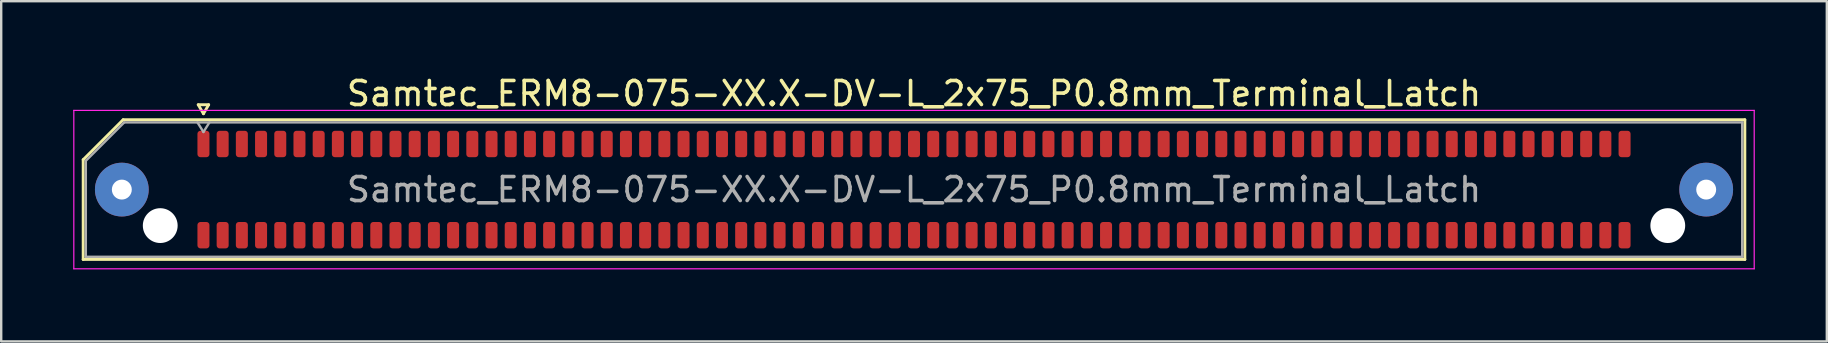
<source format=kicad_pcb>
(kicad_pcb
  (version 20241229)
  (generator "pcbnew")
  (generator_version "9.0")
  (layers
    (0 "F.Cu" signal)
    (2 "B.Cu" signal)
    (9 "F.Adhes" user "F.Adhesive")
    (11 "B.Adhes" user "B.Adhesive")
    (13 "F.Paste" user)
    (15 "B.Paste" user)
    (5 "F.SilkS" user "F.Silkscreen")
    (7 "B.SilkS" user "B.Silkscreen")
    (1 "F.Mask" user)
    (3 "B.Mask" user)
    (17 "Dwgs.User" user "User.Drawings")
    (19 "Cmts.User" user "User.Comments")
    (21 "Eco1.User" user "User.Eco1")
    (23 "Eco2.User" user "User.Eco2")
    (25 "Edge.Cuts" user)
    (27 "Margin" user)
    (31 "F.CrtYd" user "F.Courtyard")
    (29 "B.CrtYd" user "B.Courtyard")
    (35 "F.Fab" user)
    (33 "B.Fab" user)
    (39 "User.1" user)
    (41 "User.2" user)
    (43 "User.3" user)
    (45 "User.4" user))
  (footprint "Samtec_ERM8-075-XX.X-DV-L_2x75_P0.8mm_Terminal_Latch"
    (layer "F.Cu")
    (at 35.025 4.848)
    (property "Reference" "Samtec_ERM8-075-XX.X-DV-L_2x75_P0.8mm_Terminal_Latch" (at 0 -4 0) (layer "F.SilkS") (effects (font (size 1 1) (thickness 0.15))))
    (attr smd)
    (fp_line (start -34.61 -1.246) (end -32.946 -2.91) (stroke (width 0.12) (type solid)) (layer "F.SilkS"))
    (fp_line (start -34.61 2.91) (end -34.61 -1.246) (stroke (width 0.12) (type solid)) (layer "F.SilkS"))
    (fp_line (start -32.946 -2.91) (end 34.61 -2.91) (stroke (width 0.12) (type solid)) (layer "F.SilkS"))
    (fp_line (start -29.817 -3.535) (end -29.6 -3.16) (stroke (width 0.12) (type solid)) (layer "F.SilkS"))
    (fp_line (start -29.6 -3.16) (end -29.383 -3.535) (stroke (width 0.12) (type solid)) (layer "F.SilkS"))
    (fp_line (start -29.383 -3.535) (end -29.817 -3.535) (stroke (width 0.12) (type solid)) (layer "F.SilkS"))
    (fp_line (start 34.61 -2.91) (end 34.61 2.91) (stroke (width 0.12) (type solid)) (layer "F.SilkS"))
    (fp_line (start 34.61 2.91) (end -34.61 2.91) (stroke (width 0.12) (type solid)) (layer "F.SilkS"))
    (fp_line (start -35 -3.3) (end -35 3.3) (stroke (width 0.05) (type solid)) (layer "F.CrtYd"))
    (fp_line (start -35 3.3) (end 35 3.3) (stroke (width 0.05) (type solid)) (layer "F.CrtYd"))
    (fp_line (start 35 -3.3) (end -35 -3.3) (stroke (width 0.05) (type solid)) (layer "F.CrtYd"))
    (fp_line (start 35 3.3) (end 35 -3.3) (stroke (width 0.05) (type solid)) (layer "F.CrtYd"))
    (fp_line (start -34.5 -1.2) (end -32.9 -2.8) (stroke (width 0.1) (type solid)) (layer "F.Fab"))
    (fp_line (start -34.5 2.8) (end -34.5 -1.2) (stroke (width 0.1) (type solid)) (layer "F.Fab"))
    (fp_line (start -32.9 -2.8) (end 34.5 -2.8) (stroke (width 0.1) (type solid)) (layer "F.Fab"))
    (fp_line (start -29.6 -2.4) (end -29.85 -2.8) (stroke (width 0.1) (type solid)) (layer "F.Fab"))
    (fp_line (start -29.6 -2.4) (end -29.35 -2.8) (stroke (width 0.1) (type solid)) (layer "F.Fab"))
    (fp_line (start 34.5 -2.8) (end 34.5 2.8) (stroke (width 0.1) (type solid)) (layer "F.Fab"))
    (fp_line (start 34.5 2.8) (end -34.5 2.8) (stroke (width 0.1) (type solid)) (layer "F.Fab"))
    (fp_text user "${REFERENCE}" (at 0 0 0) (layer "F.Fab") (effects (font (size 1 1) (thickness 0.15))))
    (pad "" thru_hole circle (at -33 0) (size 2.24 2.24) (drill 0.83) (layers "*.Cu" "*.Mask" "F.Paste"))
    (pad "" np_thru_hole circle (at -31.4 1.5) (size 1.45 1.45) (drill 1.45) (layers "*.Cu" "*.Mask"))
    (pad "" np_thru_hole circle (at 31.4 1.5) (size 1.45 1.45) (drill 1.45) (layers "*.Cu" "*.Mask"))
    (pad "" thru_hole circle (at 33 0) (size 2.24 2.24) (drill 0.83) (layers "*.Cu" "*.Mask" "F.Paste"))
    (pad "1" smd roundrect (at -29.6 -1.9) (size 0.5 1.1) (layers "F.Cu" "F.Mask" "F.Paste") (roundrect_rratio 0.25))
    (pad "2" smd roundrect (at -29.6 1.9) (size 0.5 1.1) (layers "F.Cu" "F.Mask" "F.Paste") (roundrect_rratio 0.25))
    (pad "3" smd roundrect (at -28.8 -1.9) (size 0.5 1.1) (layers "F.Cu" "F.Mask" "F.Paste") (roundrect_rratio 0.25))
    (pad "4" smd roundrect (at -28.8 1.9) (size 0.5 1.1) (layers "F.Cu" "F.Mask" "F.Paste") (roundrect_rratio 0.25))
    (pad "5" smd roundrect (at -28 -1.9) (size 0.5 1.1) (layers "F.Cu" "F.Mask" "F.Paste") (roundrect_rratio 0.25))
    (pad "6" smd roundrect (at -28 1.9) (size 0.5 1.1) (layers "F.Cu" "F.Mask" "F.Paste") (roundrect_rratio 0.25))
    (pad "7" smd roundrect (at -27.2 -1.9) (size 0.5 1.1) (layers "F.Cu" "F.Mask" "F.Paste") (roundrect_rratio 0.25))
    (pad "8" smd roundrect (at -27.2 1.9) (size 0.5 1.1) (layers "F.Cu" "F.Mask" "F.Paste") (roundrect_rratio 0.25))
    (pad "9" smd roundrect (at -26.4 -1.9) (size 0.5 1.1) (layers "F.Cu" "F.Mask" "F.Paste") (roundrect_rratio 0.25))
    (pad "10" smd roundrect (at -26.4 1.9) (size 0.5 1.1) (layers "F.Cu" "F.Mask" "F.Paste") (roundrect_rratio 0.25))
    (pad "11" smd roundrect (at -25.6 -1.9) (size 0.5 1.1) (layers "F.Cu" "F.Mask" "F.Paste") (roundrect_rratio 0.25))
    (pad "12" smd roundrect (at -25.6 1.9) (size 0.5 1.1) (layers "F.Cu" "F.Mask" "F.Paste") (roundrect_rratio 0.25))
    (pad "13" smd roundrect (at -24.8 -1.9) (size 0.5 1.1) (layers "F.Cu" "F.Mask" "F.Paste") (roundrect_rratio 0.25))
    (pad "14" smd roundrect (at -24.8 1.9) (size 0.5 1.1) (layers "F.Cu" "F.Mask" "F.Paste") (roundrect_rratio 0.25))
    (pad "15" smd roundrect (at -24 -1.9) (size 0.5 1.1) (layers "F.Cu" "F.Mask" "F.Paste") (roundrect_rratio 0.25))
    (pad "16" smd roundrect (at -24 1.9) (size 0.5 1.1) (layers "F.Cu" "F.Mask" "F.Paste") (roundrect_rratio 0.25))
    (pad "17" smd roundrect (at -23.2 -1.9) (size 0.5 1.1) (layers "F.Cu" "F.Mask" "F.Paste") (roundrect_rratio 0.25))
    (pad "18" smd roundrect (at -23.2 1.9) (size 0.5 1.1) (layers "F.Cu" "F.Mask" "F.Paste") (roundrect_rratio 0.25))
    (pad "19" smd roundrect (at -22.4 -1.9) (size 0.5 1.1) (layers "F.Cu" "F.Mask" "F.Paste") (roundrect_rratio 0.25))
    (pad "20" smd roundrect (at -22.4 1.9) (size 0.5 1.1) (layers "F.Cu" "F.Mask" "F.Paste") (roundrect_rratio 0.25))
    (pad "21" smd roundrect (at -21.6 -1.9) (size 0.5 1.1) (layers "F.Cu" "F.Mask" "F.Paste") (roundrect_rratio 0.25))
    (pad "22" smd roundrect (at -21.6 1.9) (size 0.5 1.1) (layers "F.Cu" "F.Mask" "F.Paste") (roundrect_rratio 0.25))
    (pad "23" smd roundrect (at -20.8 -1.9) (size 0.5 1.1) (layers "F.Cu" "F.Mask" "F.Paste") (roundrect_rratio 0.25))
    (pad "24" smd roundrect (at -20.8 1.9) (size 0.5 1.1) (layers "F.Cu" "F.Mask" "F.Paste") (roundrect_rratio 0.25))
    (pad "25" smd roundrect (at -20 -1.9) (size 0.5 1.1) (layers "F.Cu" "F.Mask" "F.Paste") (roundrect_rratio 0.25))
    (pad "26" smd roundrect (at -20 1.9) (size 0.5 1.1) (layers "F.Cu" "F.Mask" "F.Paste") (roundrect_rratio 0.25))
    (pad "27" smd roundrect (at -19.2 -1.9) (size 0.5 1.1) (layers "F.Cu" "F.Mask" "F.Paste") (roundrect_rratio 0.25))
    (pad "28" smd roundrect (at -19.2 1.9) (size 0.5 1.1) (layers "F.Cu" "F.Mask" "F.Paste") (roundrect_rratio 0.25))
    (pad "29" smd roundrect (at -18.4 -1.9) (size 0.5 1.1) (layers "F.Cu" "F.Mask" "F.Paste") (roundrect_rratio 0.25))
    (pad "30" smd roundrect (at -18.4 1.9) (size 0.5 1.1) (layers "F.Cu" "F.Mask" "F.Paste") (roundrect_rratio 0.25))
    (pad "31" smd roundrect (at -17.6 -1.9) (size 0.5 1.1) (layers "F.Cu" "F.Mask" "F.Paste") (roundrect_rratio 0.25))
    (pad "32" smd roundrect (at -17.6 1.9) (size 0.5 1.1) (layers "F.Cu" "F.Mask" "F.Paste") (roundrect_rratio 0.25))
    (pad "33" smd roundrect (at -16.8 -1.9) (size 0.5 1.1) (layers "F.Cu" "F.Mask" "F.Paste") (roundrect_rratio 0.25))
    (pad "34" smd roundrect (at -16.8 1.9) (size 0.5 1.1) (layers "F.Cu" "F.Mask" "F.Paste") (roundrect_rratio 0.25))
    (pad "35" smd roundrect (at -16 -1.9) (size 0.5 1.1) (layers "F.Cu" "F.Mask" "F.Paste") (roundrect_rratio 0.25))
    (pad "36" smd roundrect (at -16 1.9) (size 0.5 1.1) (layers "F.Cu" "F.Mask" "F.Paste") (roundrect_rratio 0.25))
    (pad "37" smd roundrect (at -15.2 -1.9) (size 0.5 1.1) (layers "F.Cu" "F.Mask" "F.Paste") (roundrect_rratio 0.25))
    (pad "38" smd roundrect (at -15.2 1.9) (size 0.5 1.1) (layers "F.Cu" "F.Mask" "F.Paste") (roundrect_rratio 0.25))
    (pad "39" smd roundrect (at -14.4 -1.9) (size 0.5 1.1) (layers "F.Cu" "F.Mask" "F.Paste") (roundrect_rratio 0.25))
    (pad "40" smd roundrect (at -14.4 1.9) (size 0.5 1.1) (layers "F.Cu" "F.Mask" "F.Paste") (roundrect_rratio 0.25))
    (pad "41" smd roundrect (at -13.6 -1.9) (size 0.5 1.1) (layers "F.Cu" "F.Mask" "F.Paste") (roundrect_rratio 0.25))
    (pad "42" smd roundrect (at -13.6 1.9) (size 0.5 1.1) (layers "F.Cu" "F.Mask" "F.Paste") (roundrect_rratio 0.25))
    (pad "43" smd roundrect (at -12.8 -1.9) (size 0.5 1.1) (layers "F.Cu" "F.Mask" "F.Paste") (roundrect_rratio 0.25))
    (pad "44" smd roundrect (at -12.8 1.9) (size 0.5 1.1) (layers "F.Cu" "F.Mask" "F.Paste") (roundrect_rratio 0.25))
    (pad "45" smd roundrect (at -12 -1.9) (size 0.5 1.1) (layers "F.Cu" "F.Mask" "F.Paste") (roundrect_rratio 0.25))
    (pad "46" smd roundrect (at -12 1.9) (size 0.5 1.1) (layers "F.Cu" "F.Mask" "F.Paste") (roundrect_rratio 0.25))
    (pad "47" smd roundrect (at -11.2 -1.9) (size 0.5 1.1) (layers "F.Cu" "F.Mask" "F.Paste") (roundrect_rratio 0.25))
    (pad "48" smd roundrect (at -11.2 1.9) (size 0.5 1.1) (layers "F.Cu" "F.Mask" "F.Paste") (roundrect_rratio 0.25))
    (pad "49" smd roundrect (at -10.4 -1.9) (size 0.5 1.1) (layers "F.Cu" "F.Mask" "F.Paste") (roundrect_rratio 0.25))
    (pad "50" smd roundrect (at -10.4 1.9) (size 0.5 1.1) (layers "F.Cu" "F.Mask" "F.Paste") (roundrect_rratio 0.25))
    (pad "51" smd roundrect (at -9.6 -1.9) (size 0.5 1.1) (layers "F.Cu" "F.Mask" "F.Paste") (roundrect_rratio 0.25))
    (pad "52" smd roundrect (at -9.6 1.9) (size 0.5 1.1) (layers "F.Cu" "F.Mask" "F.Paste") (roundrect_rratio 0.25))
    (pad "53" smd roundrect (at -8.8 -1.9) (size 0.5 1.1) (layers "F.Cu" "F.Mask" "F.Paste") (roundrect_rratio 0.25))
    (pad "54" smd roundrect (at -8.8 1.9) (size 0.5 1.1) (layers "F.Cu" "F.Mask" "F.Paste") (roundrect_rratio 0.25))
    (pad "55" smd roundrect (at -8 -1.9) (size 0.5 1.1) (layers "F.Cu" "F.Mask" "F.Paste") (roundrect_rratio 0.25))
    (pad "56" smd roundrect (at -8 1.9) (size 0.5 1.1) (layers "F.Cu" "F.Mask" "F.Paste") (roundrect_rratio 0.25))
    (pad "57" smd roundrect (at -7.2 -1.9) (size 0.5 1.1) (layers "F.Cu" "F.Mask" "F.Paste") (roundrect_rratio 0.25))
    (pad "58" smd roundrect (at -7.2 1.9) (size 0.5 1.1) (layers "F.Cu" "F.Mask" "F.Paste") (roundrect_rratio 0.25))
    (pad "59" smd roundrect (at -6.4 -1.9) (size 0.5 1.1) (layers "F.Cu" "F.Mask" "F.Paste") (roundrect_rratio 0.25))
    (pad "60" smd roundrect (at -6.4 1.9) (size 0.5 1.1) (layers "F.Cu" "F.Mask" "F.Paste") (roundrect_rratio 0.25))
    (pad "61" smd roundrect (at -5.6 -1.9) (size 0.5 1.1) (layers "F.Cu" "F.Mask" "F.Paste") (roundrect_rratio 0.25))
    (pad "62" smd roundrect (at -5.6 1.9) (size 0.5 1.1) (layers "F.Cu" "F.Mask" "F.Paste") (roundrect_rratio 0.25))
    (pad "63" smd roundrect (at -4.8 -1.9) (size 0.5 1.1) (layers "F.Cu" "F.Mask" "F.Paste") (roundrect_rratio 0.25))
    (pad "64" smd roundrect (at -4.8 1.9) (size 0.5 1.1) (layers "F.Cu" "F.Mask" "F.Paste") (roundrect_rratio 0.25))
    (pad "65" smd roundrect (at -4 -1.9) (size 0.5 1.1) (layers "F.Cu" "F.Mask" "F.Paste") (roundrect_rratio 0.25))
    (pad "66" smd roundrect (at -4 1.9) (size 0.5 1.1) (layers "F.Cu" "F.Mask" "F.Paste") (roundrect_rratio 0.25))
    (pad "67" smd roundrect (at -3.2 -1.9) (size 0.5 1.1) (layers "F.Cu" "F.Mask" "F.Paste") (roundrect_rratio 0.25))
    (pad "68" smd roundrect (at -3.2 1.9) (size 0.5 1.1) (layers "F.Cu" "F.Mask" "F.Paste") (roundrect_rratio 0.25))
    (pad "69" smd roundrect (at -2.4 -1.9) (size 0.5 1.1) (layers "F.Cu" "F.Mask" "F.Paste") (roundrect_rratio 0.25))
    (pad "70" smd roundrect (at -2.4 1.9) (size 0.5 1.1) (layers "F.Cu" "F.Mask" "F.Paste") (roundrect_rratio 0.25))
    (pad "71" smd roundrect (at -1.6 -1.9) (size 0.5 1.1) (layers "F.Cu" "F.Mask" "F.Paste") (roundrect_rratio 0.25))
    (pad "72" smd roundrect (at -1.6 1.9) (size 0.5 1.1) (layers "F.Cu" "F.Mask" "F.Paste") (roundrect_rratio 0.25))
    (pad "73" smd roundrect (at -0.8 -1.9) (size 0.5 1.1) (layers "F.Cu" "F.Mask" "F.Paste") (roundrect_rratio 0.25))
    (pad "74" smd roundrect (at -0.8 1.9) (size 0.5 1.1) (layers "F.Cu" "F.Mask" "F.Paste") (roundrect_rratio 0.25))
    (pad "75" smd roundrect (at 0 -1.9) (size 0.5 1.1) (layers "F.Cu" "F.Mask" "F.Paste") (roundrect_rratio 0.25))
    (pad "76" smd roundrect (at 0 1.9) (size 0.5 1.1) (layers "F.Cu" "F.Mask" "F.Paste") (roundrect_rratio 0.25))
    (pad "77" smd roundrect (at 0.8 -1.9) (size 0.5 1.1) (layers "F.Cu" "F.Mask" "F.Paste") (roundrect_rratio 0.25))
    (pad "78" smd roundrect (at 0.8 1.9) (size 0.5 1.1) (layers "F.Cu" "F.Mask" "F.Paste") (roundrect_rratio 0.25))
    (pad "79" smd roundrect (at 1.6 -1.9) (size 0.5 1.1) (layers "F.Cu" "F.Mask" "F.Paste") (roundrect_rratio 0.25))
    (pad "80" smd roundrect (at 1.6 1.9) (size 0.5 1.1) (layers "F.Cu" "F.Mask" "F.Paste") (roundrect_rratio 0.25))
    (pad "81" smd roundrect (at 2.4 -1.9) (size 0.5 1.1) (layers "F.Cu" "F.Mask" "F.Paste") (roundrect_rratio 0.25))
    (pad "82" smd roundrect (at 2.4 1.9) (size 0.5 1.1) (layers "F.Cu" "F.Mask" "F.Paste") (roundrect_rratio 0.25))
    (pad "83" smd roundrect (at 3.2 -1.9) (size 0.5 1.1) (layers "F.Cu" "F.Mask" "F.Paste") (roundrect_rratio 0.25))
    (pad "84" smd roundrect (at 3.2 1.9) (size 0.5 1.1) (layers "F.Cu" "F.Mask" "F.Paste") (roundrect_rratio 0.25))
    (pad "85" smd roundrect (at 4 -1.9) (size 0.5 1.1) (layers "F.Cu" "F.Mask" "F.Paste") (roundrect_rratio 0.25))
    (pad "86" smd roundrect (at 4 1.9) (size 0.5 1.1) (layers "F.Cu" "F.Mask" "F.Paste") (roundrect_rratio 0.25))
    (pad "87" smd roundrect (at 4.8 -1.9) (size 0.5 1.1) (layers "F.Cu" "F.Mask" "F.Paste") (roundrect_rratio 0.25))
    (pad "88" smd roundrect (at 4.8 1.9) (size 0.5 1.1) (layers "F.Cu" "F.Mask" "F.Paste") (roundrect_rratio 0.25))
    (pad "89" smd roundrect (at 5.6 -1.9) (size 0.5 1.1) (layers "F.Cu" "F.Mask" "F.Paste") (roundrect_rratio 0.25))
    (pad "90" smd roundrect (at 5.6 1.9) (size 0.5 1.1) (layers "F.Cu" "F.Mask" "F.Paste") (roundrect_rratio 0.25))
    (pad "91" smd roundrect (at 6.4 -1.9) (size 0.5 1.1) (layers "F.Cu" "F.Mask" "F.Paste") (roundrect_rratio 0.25))
    (pad "92" smd roundrect (at 6.4 1.9) (size 0.5 1.1) (layers "F.Cu" "F.Mask" "F.Paste") (roundrect_rratio 0.25))
    (pad "93" smd roundrect (at 7.2 -1.9) (size 0.5 1.1) (layers "F.Cu" "F.Mask" "F.Paste") (roundrect_rratio 0.25))
    (pad "94" smd roundrect (at 7.2 1.9) (size 0.5 1.1) (layers "F.Cu" "F.Mask" "F.Paste") (roundrect_rratio 0.25))
    (pad "95" smd roundrect (at 8 -1.9) (size 0.5 1.1) (layers "F.Cu" "F.Mask" "F.Paste") (roundrect_rratio 0.25))
    (pad "96" smd roundrect (at 8 1.9) (size 0.5 1.1) (layers "F.Cu" "F.Mask" "F.Paste") (roundrect_rratio 0.25))
    (pad "97" smd roundrect (at 8.8 -1.9) (size 0.5 1.1) (layers "F.Cu" "F.Mask" "F.Paste") (roundrect_rratio 0.25))
    (pad "98" smd roundrect (at 8.8 1.9) (size 0.5 1.1) (layers "F.Cu" "F.Mask" "F.Paste") (roundrect_rratio 0.25))
    (pad "99" smd roundrect (at 9.6 -1.9) (size 0.5 1.1) (layers "F.Cu" "F.Mask" "F.Paste") (roundrect_rratio 0.25))
    (pad "100" smd roundrect (at 9.6 1.9) (size 0.5 1.1) (layers "F.Cu" "F.Mask" "F.Paste") (roundrect_rratio 0.25))
    (pad "101" smd roundrect (at 10.4 -1.9) (size 0.5 1.1) (layers "F.Cu" "F.Mask" "F.Paste") (roundrect_rratio 0.25))
    (pad "102" smd roundrect (at 10.4 1.9) (size 0.5 1.1) (layers "F.Cu" "F.Mask" "F.Paste") (roundrect_rratio 0.25))
    (pad "103" smd roundrect (at 11.2 -1.9) (size 0.5 1.1) (layers "F.Cu" "F.Mask" "F.Paste") (roundrect_rratio 0.25))
    (pad "104" smd roundrect (at 11.2 1.9) (size 0.5 1.1) (layers "F.Cu" "F.Mask" "F.Paste") (roundrect_rratio 0.25))
    (pad "105" smd roundrect (at 12 -1.9) (size 0.5 1.1) (layers "F.Cu" "F.Mask" "F.Paste") (roundrect_rratio 0.25))
    (pad "106" smd roundrect (at 12 1.9) (size 0.5 1.1) (layers "F.Cu" "F.Mask" "F.Paste") (roundrect_rratio 0.25))
    (pad "107" smd roundrect (at 12.8 -1.9) (size 0.5 1.1) (layers "F.Cu" "F.Mask" "F.Paste") (roundrect_rratio 0.25))
    (pad "108" smd roundrect (at 12.8 1.9) (size 0.5 1.1) (layers "F.Cu" "F.Mask" "F.Paste") (roundrect_rratio 0.25))
    (pad "109" smd roundrect (at 13.6 -1.9) (size 0.5 1.1) (layers "F.Cu" "F.Mask" "F.Paste") (roundrect_rratio 0.25))
    (pad "110" smd roundrect (at 13.6 1.9) (size 0.5 1.1) (layers "F.Cu" "F.Mask" "F.Paste") (roundrect_rratio 0.25))
    (pad "111" smd roundrect (at 14.4 -1.9) (size 0.5 1.1) (layers "F.Cu" "F.Mask" "F.Paste") (roundrect_rratio 0.25))
    (pad "112" smd roundrect (at 14.4 1.9) (size 0.5 1.1) (layers "F.Cu" "F.Mask" "F.Paste") (roundrect_rratio 0.25))
    (pad "113" smd roundrect (at 15.2 -1.9) (size 0.5 1.1) (layers "F.Cu" "F.Mask" "F.Paste") (roundrect_rratio 0.25))
    (pad "114" smd roundrect (at 15.2 1.9) (size 0.5 1.1) (layers "F.Cu" "F.Mask" "F.Paste") (roundrect_rratio 0.25))
    (pad "115" smd roundrect (at 16 -1.9) (size 0.5 1.1) (layers "F.Cu" "F.Mask" "F.Paste") (roundrect_rratio 0.25))
    (pad "116" smd roundrect (at 16 1.9) (size 0.5 1.1) (layers "F.Cu" "F.Mask" "F.Paste") (roundrect_rratio 0.25))
    (pad "117" smd roundrect (at 16.8 -1.9) (size 0.5 1.1) (layers "F.Cu" "F.Mask" "F.Paste") (roundrect_rratio 0.25))
    (pad "118" smd roundrect (at 16.8 1.9) (size 0.5 1.1) (layers "F.Cu" "F.Mask" "F.Paste") (roundrect_rratio 0.25))
    (pad "119" smd roundrect (at 17.6 -1.9) (size 0.5 1.1) (layers "F.Cu" "F.Mask" "F.Paste") (roundrect_rratio 0.25))
    (pad "120" smd roundrect (at 17.6 1.9) (size 0.5 1.1) (layers "F.Cu" "F.Mask" "F.Paste") (roundrect_rratio 0.25))
    (pad "121" smd roundrect (at 18.4 -1.9) (size 0.5 1.1) (layers "F.Cu" "F.Mask" "F.Paste") (roundrect_rratio 0.25))
    (pad "122" smd roundrect (at 18.4 1.9) (size 0.5 1.1) (layers "F.Cu" "F.Mask" "F.Paste") (roundrect_rratio 0.25))
    (pad "123" smd roundrect (at 19.2 -1.9) (size 0.5 1.1) (layers "F.Cu" "F.Mask" "F.Paste") (roundrect_rratio 0.25))
    (pad "124" smd roundrect (at 19.2 1.9) (size 0.5 1.1) (layers "F.Cu" "F.Mask" "F.Paste") (roundrect_rratio 0.25))
    (pad "125" smd roundrect (at 20 -1.9) (size 0.5 1.1) (layers "F.Cu" "F.Mask" "F.Paste") (roundrect_rratio 0.25))
    (pad "126" smd roundrect (at 20 1.9) (size 0.5 1.1) (layers "F.Cu" "F.Mask" "F.Paste") (roundrect_rratio 0.25))
    (pad "127" smd roundrect (at 20.8 -1.9) (size 0.5 1.1) (layers "F.Cu" "F.Mask" "F.Paste") (roundrect_rratio 0.25))
    (pad "128" smd roundrect (at 20.8 1.9) (size 0.5 1.1) (layers "F.Cu" "F.Mask" "F.Paste") (roundrect_rratio 0.25))
    (pad "129" smd roundrect (at 21.6 -1.9) (size 0.5 1.1) (layers "F.Cu" "F.Mask" "F.Paste") (roundrect_rratio 0.25))
    (pad "130" smd roundrect (at 21.6 1.9) (size 0.5 1.1) (layers "F.Cu" "F.Mask" "F.Paste") (roundrect_rratio 0.25))
    (pad "131" smd roundrect (at 22.4 -1.9) (size 0.5 1.1) (layers "F.Cu" "F.Mask" "F.Paste") (roundrect_rratio 0.25))
    (pad "132" smd roundrect (at 22.4 1.9) (size 0.5 1.1) (layers "F.Cu" "F.Mask" "F.Paste") (roundrect_rratio 0.25))
    (pad "133" smd roundrect (at 23.2 -1.9) (size 0.5 1.1) (layers "F.Cu" "F.Mask" "F.Paste") (roundrect_rratio 0.25))
    (pad "134" smd roundrect (at 23.2 1.9) (size 0.5 1.1) (layers "F.Cu" "F.Mask" "F.Paste") (roundrect_rratio 0.25))
    (pad "135" smd roundrect (at 24 -1.9) (size 0.5 1.1) (layers "F.Cu" "F.Mask" "F.Paste") (roundrect_rratio 0.25))
    (pad "136" smd roundrect (at 24 1.9) (size 0.5 1.1) (layers "F.Cu" "F.Mask" "F.Paste") (roundrect_rratio 0.25))
    (pad "137" smd roundrect (at 24.8 -1.9) (size 0.5 1.1) (layers "F.Cu" "F.Mask" "F.Paste") (roundrect_rratio 0.25))
    (pad "138" smd roundrect (at 24.8 1.9) (size 0.5 1.1) (layers "F.Cu" "F.Mask" "F.Paste") (roundrect_rratio 0.25))
    (pad "139" smd roundrect (at 25.6 -1.9) (size 0.5 1.1) (layers "F.Cu" "F.Mask" "F.Paste") (roundrect_rratio 0.25))
    (pad "140" smd roundrect (at 25.6 1.9) (size 0.5 1.1) (layers "F.Cu" "F.Mask" "F.Paste") (roundrect_rratio 0.25))
    (pad "141" smd roundrect (at 26.4 -1.9) (size 0.5 1.1) (layers "F.Cu" "F.Mask" "F.Paste") (roundrect_rratio 0.25))
    (pad "142" smd roundrect (at 26.4 1.9) (size 0.5 1.1) (layers "F.Cu" "F.Mask" "F.Paste") (roundrect_rratio 0.25))
    (pad "143" smd roundrect (at 27.2 -1.9) (size 0.5 1.1) (layers "F.Cu" "F.Mask" "F.Paste") (roundrect_rratio 0.25))
    (pad "144" smd roundrect (at 27.2 1.9) (size 0.5 1.1) (layers "F.Cu" "F.Mask" "F.Paste") (roundrect_rratio 0.25))
    (pad "145" smd roundrect (at 28 -1.9) (size 0.5 1.1) (layers "F.Cu" "F.Mask" "F.Paste") (roundrect_rratio 0.25))
    (pad "146" smd roundrect (at 28 1.9) (size 0.5 1.1) (layers "F.Cu" "F.Mask" "F.Paste") (roundrect_rratio 0.25))
    (pad "147" smd roundrect (at 28.8 -1.9) (size 0.5 1.1) (layers "F.Cu" "F.Mask" "F.Paste") (roundrect_rratio 0.25))
    (pad "148" smd roundrect (at 28.8 1.9) (size 0.5 1.1) (layers "F.Cu" "F.Mask" "F.Paste") (roundrect_rratio 0.25))
    (pad "149" smd roundrect (at 29.6 -1.9) (size 0.5 1.1) (layers "F.Cu" "F.Mask" "F.Paste") (roundrect_rratio 0.25))
    (pad "150" smd roundrect (at 29.6 1.9) (size 0.5 1.1) (layers "F.Cu" "F.Mask" "F.Paste") (roundrect_rratio 0.25)))
  (gr_rect
    (start -3 -3)
    (end 73.05 11.173)
    (stroke (width 0.1) (type default))
    (fill no)
    (layer "Edge.Cuts")))
</source>
